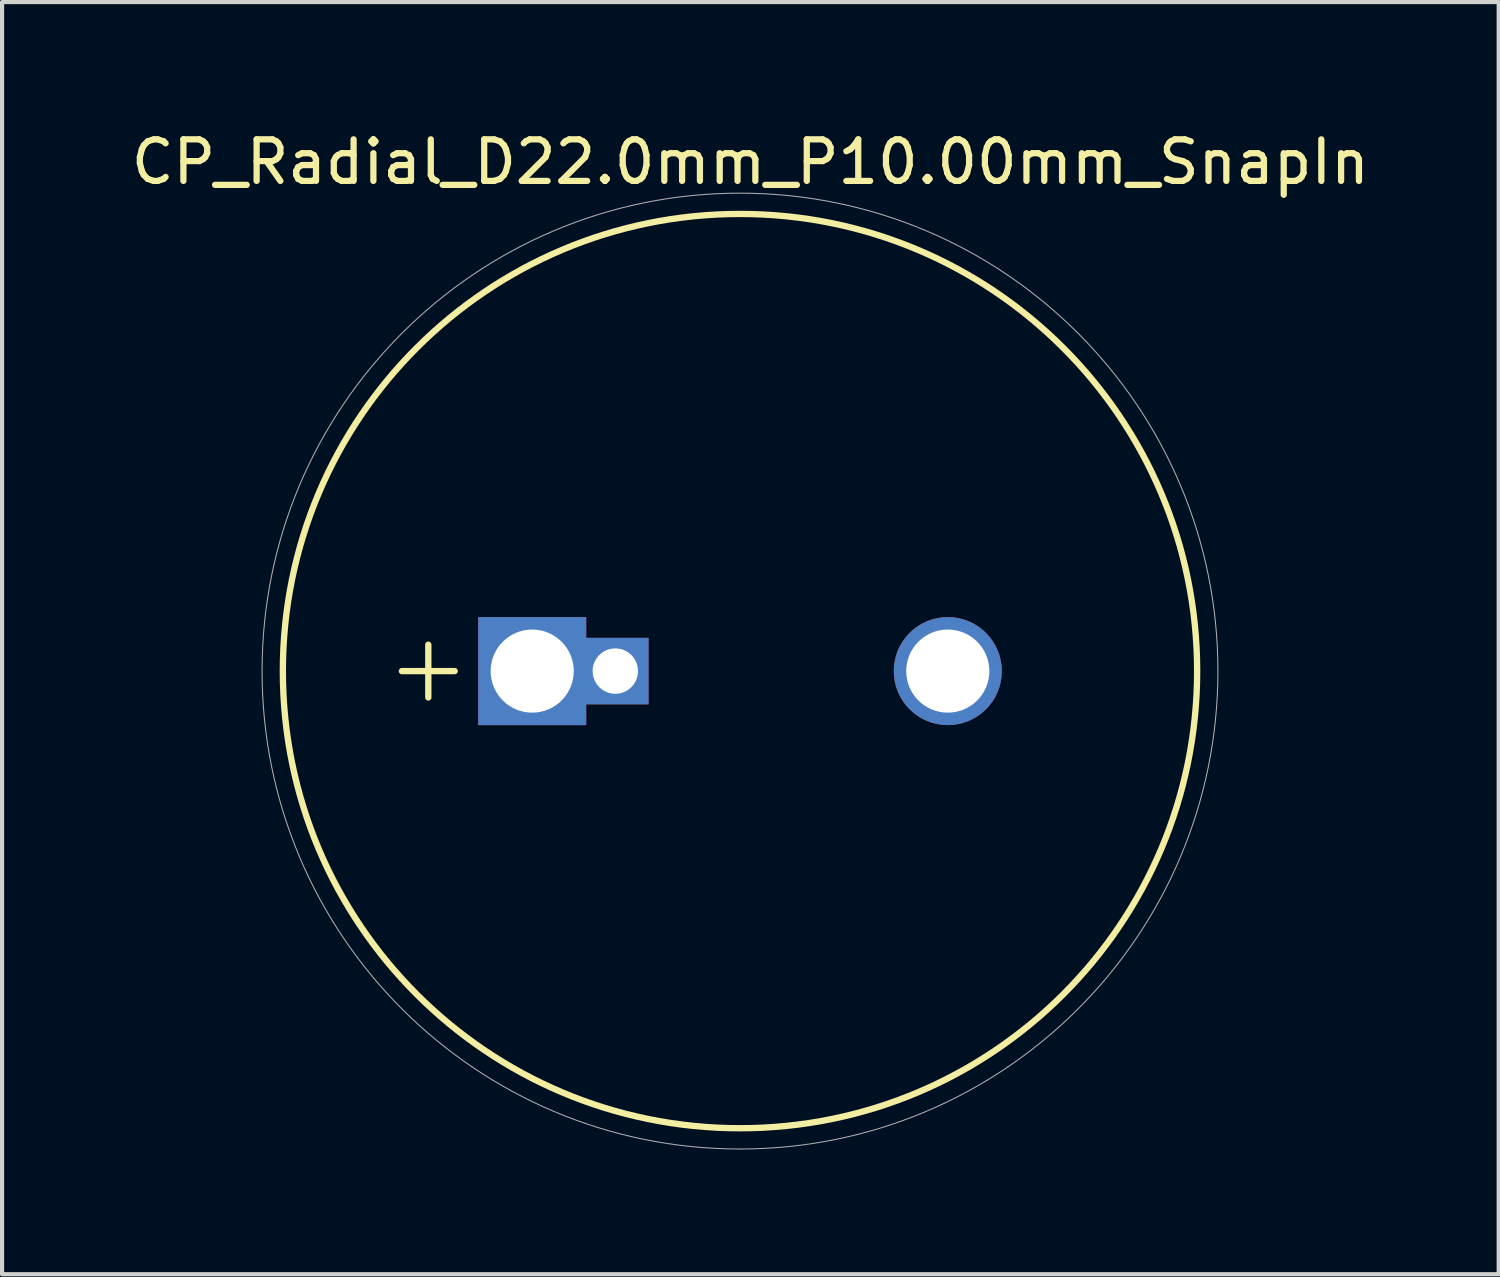
<source format=kicad_pcb>
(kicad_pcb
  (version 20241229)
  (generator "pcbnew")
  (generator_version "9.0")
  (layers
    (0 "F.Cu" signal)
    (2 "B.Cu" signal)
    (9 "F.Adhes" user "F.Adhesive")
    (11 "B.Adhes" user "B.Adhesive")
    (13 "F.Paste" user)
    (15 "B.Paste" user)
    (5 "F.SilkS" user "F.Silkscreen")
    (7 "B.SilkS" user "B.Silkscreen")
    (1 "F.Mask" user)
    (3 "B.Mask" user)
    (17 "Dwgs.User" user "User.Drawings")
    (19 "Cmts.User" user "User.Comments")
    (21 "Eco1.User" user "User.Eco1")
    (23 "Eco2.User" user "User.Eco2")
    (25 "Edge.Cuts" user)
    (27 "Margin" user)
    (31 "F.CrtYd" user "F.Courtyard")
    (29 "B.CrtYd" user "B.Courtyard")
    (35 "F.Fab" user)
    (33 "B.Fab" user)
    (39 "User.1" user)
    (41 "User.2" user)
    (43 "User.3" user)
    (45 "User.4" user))
  (footprint "CP_Radial_D22.0mm_P10.00mm_SnapIn"
    (layer "F.Cu")
    (at 14.706 13.098)
    (property "Reference" "CP_Radial_D22.0mm_P10.00mm_SnapIn" (at 0.3 -12.25 0) (layer "F.SilkS") (effects (font (size 1 1) (thickness 0.15))))
    (attr through_hole)
    (fp_line (start -8.085 0) (end -6.815 0) (stroke (width 0.152) (type solid)) (layer "F.SilkS"))
    (fp_line (start -7.45 -0.635) (end -7.45 0.635) (stroke (width 0.152) (type solid)) (layer "F.SilkS"))
    (fp_circle (center 0.05 0) (end 11.05 0) (stroke (width 0.152) (type solid)) (fill no) (layer "F.SilkS"))
    (fp_circle (center 0.05 0) (end 11.55 0) (stroke (width 0.025) (type solid)) (fill no) (layer "F.Fab"))
    (pad "1" thru_hole rect (at -4.95 0) (size 2.6 2.6) (drill 2) (layers "*.Cu" "*.Mask"))
    (pad "1" thru_hole rect (at -2.95 0) (size 1.6 1.6) (drill 1.092) (layers "*.Cu" "*.Mask"))
    (pad "2" thru_hole circle (at 5.05 0) (size 2.6 2.6) (drill 2) (layers "*.Cu" "*.Mask")))
  (gr_rect
    (start -3 -3)
    (end 33.012 27.611)
    (stroke (width 0.1) (type default))
    (fill no)
    (layer "Edge.Cuts")))
</source>
